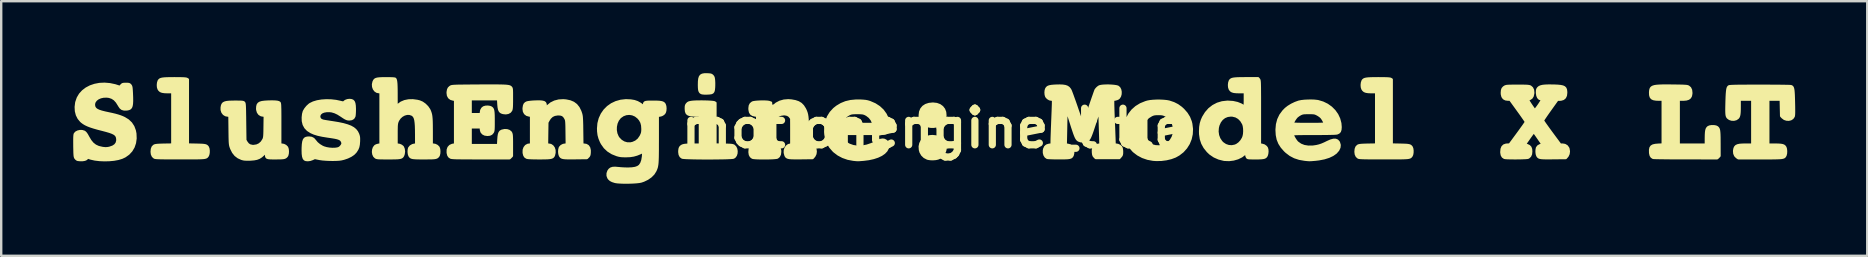
<source format=kicad_pcb>
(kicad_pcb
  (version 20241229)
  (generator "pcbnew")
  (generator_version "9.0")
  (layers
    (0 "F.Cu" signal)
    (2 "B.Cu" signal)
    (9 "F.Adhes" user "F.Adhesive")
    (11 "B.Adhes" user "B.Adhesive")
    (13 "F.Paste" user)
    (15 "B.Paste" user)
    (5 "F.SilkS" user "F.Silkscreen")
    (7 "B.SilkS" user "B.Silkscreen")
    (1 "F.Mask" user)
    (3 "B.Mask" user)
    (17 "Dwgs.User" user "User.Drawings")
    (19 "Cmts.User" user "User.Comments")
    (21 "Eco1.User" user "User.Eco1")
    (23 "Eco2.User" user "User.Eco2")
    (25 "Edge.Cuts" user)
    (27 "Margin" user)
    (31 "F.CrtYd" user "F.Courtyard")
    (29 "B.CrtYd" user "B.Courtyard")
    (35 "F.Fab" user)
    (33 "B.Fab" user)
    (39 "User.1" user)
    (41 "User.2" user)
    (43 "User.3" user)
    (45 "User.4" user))
  (footprint "motionengine_title"
    (layer "F.Cu")
    (at 35.861 2.293)
    (property "Reference" "motionengine_title" (at 0 0 0) (layer "F.SilkS") (effects (font (size 1.524 1.524) (thickness 0.3))))
    (attr through_hole)
    (fp_poly (pts (xy 0.475 -0.536) (xy 0.465 -0.445) (xy 0.423 -0.32) (xy 0.349 -0.216) (xy 0.243 -0.134) (xy 0.232 -0.127) (xy 0.116 -0.083) (xy -0.016 -0.062) (xy -0.15 -0.065) (xy -0.271 -0.093) (xy -0.282 -0.097) (xy -0.403 -0.165) (xy -0.497 -0.258) (xy -0.559 -0.372) (xy -0.588 -0.503) (xy -0.59 -0.545) (xy -0.573 -0.683) (xy -0.525 -0.8) (xy -0.446 -0.895) (xy -0.339 -0.965) (xy -0.207 -1.008) (xy -0.051 -1.024) (xy -0.036 -1.024) (xy 0.114 -1.007) (xy 0.241 -0.96) (xy 0.343 -0.886) (xy 0.418 -0.789) (xy 0.463 -0.671) (xy 0.475 -0.536)) (stroke (width 0.1) (type solid)) (fill yes) (layer "F.SilkS"))
    (fp_poly (pts (xy 0.486 0.822) (xy 0.474 0.896) (xy 0.457 0.959) (xy 0.406 1.067) (xy 0.325 1.162) (xy 0.223 1.233) (xy 0.165 1.258) (xy 0.076 1.278) (xy -0.032 1.287) (xy -0.142 1.285) (xy -0.238 1.271) (xy -0.277 1.26) (xy -0.398 1.197) (xy -0.492 1.106) (xy -0.557 0.991) (xy -0.582 0.901) (xy -0.591 0.759) (xy -0.565 0.633) (xy -0.508 0.524) (xy -0.422 0.436) (xy -0.309 0.373) (xy -0.173 0.336) (xy -0.058 0.328) (xy 0.089 0.344) (xy 0.219 0.388) (xy 0.328 0.456) (xy 0.41 0.547) (xy 0.462 0.657) (xy 0.467 0.673) (xy 0.483 0.754) (xy 0.486 0.822)) (stroke (width 0.1) (type solid)) (fill yes) (layer "F.SilkS"))
    (fp_poly (pts (xy -9.16 -1.884) (xy -9.161 -1.771) (xy -9.165 -1.689) (xy -9.175 -1.596) (xy -9.193 -1.532) (xy -9.226 -1.49) (xy -9.278 -1.466) (xy -9.358 -1.455) (xy -9.452 -1.45) (xy -9.57 -1.45) (xy -9.651 -1.458) (xy -9.691 -1.47) (xy -9.731 -1.498) (xy -9.758 -1.538) (xy -9.776 -1.596) (xy -9.785 -1.679) (xy -9.788 -1.793) (xy -9.788 -1.805) (xy -9.785 -1.95) (xy -9.773 -2.06) (xy -9.748 -2.14) (xy -9.708 -2.194) (xy -9.649 -2.227) (xy -9.567 -2.242) (xy -9.461 -2.243) (xy -9.452 -2.243) (xy -9.368 -2.239) (xy -9.312 -2.232) (xy -9.275 -2.22) (xy -9.246 -2.2) (xy -9.229 -2.185) (xy -9.201 -2.151) (xy -9.183 -2.111) (xy -9.172 -2.053) (xy -9.165 -1.985) (xy -9.16 -1.884)) (stroke (width 0.1) (type solid)) (fill yes) (layer "F.SilkS"))
    (fp_poly (pts (xy -8.226 0.954) (xy -8.231 1.044) (xy -8.257 1.126) (xy -8.303 1.19) (xy -8.351 1.222) (xy -8.388 1.229) (xy -8.459 1.235) (xy -8.56 1.24) (xy -8.685 1.245) (xy -8.831 1.248) (xy -8.993 1.25) (xy -9.167 1.252) (xy -9.346 1.253) (xy -9.528 1.253) (xy -9.706 1.252) (xy -9.878 1.25) (xy -10.037 1.247) (xy -10.18 1.243) (xy -10.301 1.239) (xy -10.396 1.233) (xy -10.461 1.227) (xy -10.488 1.221) (xy -10.552 1.173) (xy -10.592 1.095) (xy -10.607 0.99) (xy -10.605 0.933) (xy -10.595 0.857) (xy -10.576 0.805) (xy -10.548 0.77) (xy -10.512 0.74) (xy -10.467 0.718) (xy -10.407 0.702) (xy -10.326 0.692) (xy -10.22 0.687) (xy -10.081 0.684) (xy -10.048 0.684) (xy -9.75 0.684) (xy -9.75 0.081) (xy -9.75 -0.523) (xy -9.96 -0.531) (xy -10.092 -0.541) (xy -10.189 -0.559) (xy -10.258 -0.589) (xy -10.302 -0.636) (xy -10.326 -0.702) (xy -10.335 -0.792) (xy -10.336 -0.831) (xy -10.334 -0.904) (xy -10.324 -0.953) (xy -10.303 -0.991) (xy -10.282 -1.017) (xy -10.248 -1.05) (xy -10.208 -1.071) (xy -10.152 -1.086) (xy -10.084 -1.097) (xy -10.008 -1.104) (xy -9.909 -1.109) (xy -9.795 -1.111) (xy -9.672 -1.112) (xy -9.547 -1.11) (xy -9.428 -1.107) (xy -9.321 -1.101) (xy -9.233 -1.094) (xy -9.173 -1.086) (xy -9.149 -1.079) (xy -9.105 -1.054) (xy -9.105 -0.187) (xy -9.105 0.68) (xy -8.747 0.687) (xy -8.617 0.69) (xy -8.519 0.693) (xy -8.449 0.698) (xy -8.399 0.705) (xy -8.365 0.715) (xy -8.339 0.727) (xy -8.336 0.729) (xy -8.278 0.787) (xy -8.241 0.865) (xy -8.226 0.954)) (stroke (width 0.1) (type solid)) (fill yes) (layer "F.SilkS"))
    (fp_poly (pts (xy -30.22 0.933) (xy -30.222 1.021) (xy -30.237 1.099) (xy -30.26 1.15) (xy -30.276 1.171) (xy -30.292 1.19) (xy -30.312 1.205) (xy -30.338 1.217) (xy -30.374 1.227) (xy -30.423 1.235) (xy -30.489 1.24) (xy -30.573 1.244) (xy -30.681 1.247) (xy -30.815 1.249) (xy -30.978 1.249) (xy -31.173 1.249) (xy -31.405 1.249) (xy -31.408 1.249) (xy -31.639 1.249) (xy -31.833 1.249) (xy -31.995 1.248) (xy -32.127 1.246) (xy -32.233 1.244) (xy -32.315 1.241) (xy -32.377 1.238) (xy -32.422 1.234) (xy -32.453 1.229) (xy -32.473 1.222) (xy -32.478 1.22) (xy -32.54 1.164) (xy -32.578 1.081) (xy -32.59 0.981) (xy -32.58 0.869) (xy -32.549 0.787) (xy -32.496 0.733) (xy -32.485 0.727) (xy -32.455 0.714) (xy -32.414 0.705) (xy -32.356 0.698) (xy -32.275 0.693) (xy -32.165 0.689) (xy -32.077 0.687) (xy -31.73 0.681) (xy -31.73 -0.412) (xy -31.73 -1.504) (xy -31.931 -1.504) (xy -32.057 -1.509) (xy -32.151 -1.523) (xy -32.22 -1.549) (xy -32.27 -1.591) (xy -32.303 -1.641) (xy -32.325 -1.713) (xy -32.331 -1.802) (xy -32.322 -1.892) (xy -32.299 -1.966) (xy -32.29 -1.982) (xy -32.267 -2.011) (xy -32.237 -2.034) (xy -32.195 -2.051) (xy -32.136 -2.063) (xy -32.058 -2.072) (xy -31.953 -2.077) (xy -31.819 -2.08) (xy -31.651 -2.081) (xy -31.643 -2.081) (xy -31.479 -2.08) (xy -31.352 -2.078) (xy -31.256 -2.075) (xy -31.189 -2.069) (xy -31.147 -2.062) (xy -31.13 -2.056) (xy -31.086 -2.031) (xy -31.086 -0.675) (xy -31.086 0.68) (xy -30.729 0.687) (xy -30.59 0.691) (xy -30.485 0.695) (xy -30.407 0.703) (xy -30.351 0.714) (xy -30.311 0.731) (xy -30.282 0.754) (xy -30.257 0.785) (xy -30.253 0.792) (xy -30.23 0.852) (xy -30.22 0.933)) (stroke (width 0.1) (type solid)) (fill yes) (layer "F.SilkS"))
    (fp_poly (pts (xy 19.935 0.933) (xy 19.933 1.021) (xy 19.919 1.099) (xy 19.896 1.15) (xy 19.879 1.171) (xy 19.863 1.19) (xy 19.843 1.205) (xy 19.817 1.217) (xy 19.781 1.227) (xy 19.732 1.235) (xy 19.667 1.24) (xy 19.582 1.244) (xy 19.474 1.247) (xy 19.34 1.249) (xy 19.177 1.249) (xy 18.982 1.249) (xy 18.751 1.249) (xy 18.747 1.249) (xy 18.517 1.249) (xy 18.322 1.249) (xy 18.16 1.248) (xy 18.028 1.246) (xy 17.923 1.244) (xy 17.84 1.241) (xy 17.778 1.238) (xy 17.734 1.234) (xy 17.703 1.229) (xy 17.683 1.222) (xy 17.678 1.22) (xy 17.615 1.164) (xy 17.577 1.081) (xy 17.565 0.981) (xy 17.575 0.869) (xy 17.606 0.787) (xy 17.659 0.733) (xy 17.67 0.727) (xy 17.7 0.714) (xy 17.741 0.705) (xy 17.799 0.698) (xy 17.88 0.693) (xy 17.991 0.689) (xy 18.078 0.687) (xy 18.425 0.681) (xy 18.425 -0.412) (xy 18.425 -1.504) (xy 18.224 -1.504) (xy 18.098 -1.509) (xy 18.004 -1.523) (xy 17.935 -1.549) (xy 17.886 -1.591) (xy 17.852 -1.641) (xy 17.83 -1.713) (xy 17.824 -1.802) (xy 17.833 -1.892) (xy 17.857 -1.966) (xy 17.865 -1.982) (xy 17.888 -2.011) (xy 17.919 -2.034) (xy 17.961 -2.051) (xy 18.019 -2.063) (xy 18.098 -2.072) (xy 18.202 -2.077) (xy 18.336 -2.08) (xy 18.504 -2.081) (xy 18.513 -2.081) (xy 18.676 -2.08) (xy 18.803 -2.078) (xy 18.899 -2.075) (xy 18.966 -2.069) (xy 19.009 -2.062) (xy 19.026 -2.056) (xy 19.07 -2.031) (xy 19.07 -0.675) (xy 19.07 0.68) (xy 19.426 0.687) (xy 19.565 0.691) (xy 19.671 0.695) (xy 19.748 0.703) (xy 19.804 0.714) (xy 19.844 0.731) (xy 19.873 0.754) (xy 19.898 0.785) (xy 19.902 0.792) (xy 19.925 0.852) (xy 19.935 0.933)) (stroke (width 0.1) (type solid)) (fill yes) (layer "F.SilkS"))
    (fp_poly (pts (xy 10.744 0.032) (xy 10.734 0.244) (xy 10.689 0.447) (xy 10.612 0.637) (xy 10.503 0.81) (xy 10.365 0.964) (xy 10.199 1.093) (xy 10.053 1.175) (xy 10.01 1.191) (xy 10.01 0.071) (xy 10.001 -0.046) (xy 9.958 -0.203) (xy 9.882 -0.339) (xy 9.777 -0.452) (xy 9.644 -0.539) (xy 9.632 -0.545) (xy 9.571 -0.571) (xy 9.513 -0.586) (xy 9.444 -0.593) (xy 9.351 -0.595) (xy 9.349 -0.595) (xy 9.255 -0.593) (xy 9.186 -0.586) (xy 9.127 -0.571) (xy 9.065 -0.545) (xy 9.063 -0.544) (xy 8.927 -0.46) (xy 8.818 -0.349) (xy 8.739 -0.214) (xy 8.697 -0.082) (xy 8.679 0.026) (xy 8.678 0.119) (xy 8.694 0.218) (xy 8.705 0.262) (xy 8.763 0.414) (xy 8.853 0.543) (xy 8.972 0.647) (xy 9.117 0.724) (xy 9.23 0.753) (xy 9.361 0.759) (xy 9.493 0.745) (xy 9.613 0.709) (xy 9.632 0.701) (xy 9.763 0.619) (xy 9.868 0.51) (xy 9.946 0.379) (xy 9.995 0.231) (xy 10.01 0.071) (xy 10.01 1.191) (xy 9.879 1.24) (xy 9.681 1.287) (xy 9.471 1.314) (xy 9.258 1.318) (xy 9.13 1.309) (xy 8.903 1.267) (xy 8.69 1.194) (xy 8.497 1.091) (xy 8.329 0.962) (xy 8.305 0.939) (xy 8.165 0.778) (xy 8.061 0.602) (xy 7.993 0.41) (xy 7.959 0.2) (xy 7.957 0.02) (xy 7.985 -0.201) (xy 8.048 -0.403) (xy 8.143 -0.586) (xy 8.269 -0.746) (xy 8.425 -0.884) (xy 8.61 -0.997) (xy 8.822 -1.083) (xy 8.9 -1.106) (xy 9.001 -1.125) (xy 9.13 -1.138) (xy 9.275 -1.145) (xy 9.426 -1.145) (xy 9.571 -1.138) (xy 9.699 -1.125) (xy 9.799 -1.106) (xy 9.987 -1.043) (xy 10.149 -0.961) (xy 10.297 -0.854) (xy 10.387 -0.772) (xy 10.523 -0.617) (xy 10.624 -0.455) (xy 10.693 -0.28) (xy 10.717 -0.186) (xy 10.744 0.032)) (stroke (width 0.1) (type solid)) (fill yes) (layer "F.SilkS"))
    (fp_poly (pts (xy 32.727 1.155) (xy 32.679 1.203) (xy 32.631 1.25) (xy 31.316 1.249) (xy 31.092 1.249) (xy 30.879 1.248) (xy 30.68 1.247) (xy 30.499 1.245) (xy 30.338 1.243) (xy 30.202 1.241) (xy 30.093 1.239) (xy 30.015 1.236) (xy 29.97 1.233) (xy 29.962 1.232) (xy 29.902 1.193) (xy 29.863 1.133) (xy 29.842 1.044) (xy 29.839 1.005) (xy 29.838 0.896) (xy 29.855 0.816) (xy 29.894 0.758) (xy 29.959 0.72) (xy 30.054 0.698) (xy 30.172 0.688) (xy 30.363 0.679) (xy 30.363 -0.257) (xy 30.363 -1.192) (xy 30.211 -1.192) (xy 30.078 -1.198) (xy 29.978 -1.216) (xy 29.908 -1.251) (xy 29.865 -1.306) (xy 29.843 -1.384) (xy 29.839 -1.488) (xy 29.839 -1.5) (xy 29.844 -1.565) (xy 29.855 -1.62) (xy 29.874 -1.665) (xy 29.906 -1.701) (xy 29.953 -1.728) (xy 30.018 -1.749) (xy 30.106 -1.763) (xy 30.219 -1.771) (xy 30.36 -1.776) (xy 30.533 -1.777) (xy 30.741 -1.775) (xy 30.789 -1.775) (xy 30.958 -1.772) (xy 31.092 -1.77) (xy 31.196 -1.767) (xy 31.275 -1.763) (xy 31.333 -1.759) (xy 31.375 -1.753) (xy 31.406 -1.745) (xy 31.429 -1.735) (xy 31.434 -1.733) (xy 31.501 -1.675) (xy 31.54 -1.59) (xy 31.552 -1.478) (xy 31.551 -1.442) (xy 31.534 -1.348) (xy 31.496 -1.279) (xy 31.434 -1.231) (xy 31.343 -1.203) (xy 31.22 -1.192) (xy 31.184 -1.192) (xy 31.027 -1.192) (xy 31.027 -0.254) (xy 31.027 0.684) (xy 31.594 0.684) (xy 32.16 0.684) (xy 32.161 0.405) (xy 32.164 0.267) (xy 32.171 0.161) (xy 32.183 0.083) (xy 32.202 0.025) (xy 32.23 -0.017) (xy 32.261 -0.045) (xy 32.322 -0.071) (xy 32.405 -0.084) (xy 32.494 -0.083) (xy 32.575 -0.069) (xy 32.626 -0.045) (xy 32.654 -0.021) (xy 32.676 0.007) (xy 32.693 0.044) (xy 32.706 0.094) (xy 32.714 0.163) (xy 32.72 0.254) (xy 32.724 0.372) (xy 32.725 0.521) (xy 32.726 0.641) (xy 32.727 1.155)) (stroke (width 0.1) (type solid)) (fill yes) (layer "F.SilkS"))
    (fp_poly (pts (xy -1.862 -0.027) (xy -1.871 0.058) (xy -1.875 0.076) (xy -1.896 0.133) (xy -1.929 0.169) (xy -1.979 0.196) (xy -2.001 0.205) (xy -2.025 0.212) (xy -2.056 0.218) (xy -2.096 0.223) (xy -2.151 0.227) (xy -2.223 0.229) (xy -2.316 0.231) (xy -2.434 0.233) (xy -2.523 0.233) (xy -2.523 -0.176) (xy -2.539 -0.231) (xy -2.594 -0.355) (xy -2.681 -0.465) (xy -2.795 -0.554) (xy -2.862 -0.59) (xy -2.911 -0.61) (xy -2.959 -0.623) (xy -3.018 -0.63) (xy -3.096 -0.634) (xy -3.195 -0.635) (xy -3.3 -0.634) (xy -3.376 -0.63) (xy -3.433 -0.623) (xy -3.481 -0.609) (xy -3.531 -0.589) (xy -3.532 -0.588) (xy -3.629 -0.529) (xy -3.72 -0.446) (xy -3.794 -0.35) (xy -3.836 -0.264) (xy -3.866 -0.176) (xy -3.195 -0.176) (xy -2.523 -0.176) (xy -2.523 0.233) (xy -2.58 0.233) (xy -2.758 0.234) (xy -2.966 0.234) (xy -3.871 0.234) (xy -3.858 0.278) (xy -3.825 0.36) (xy -3.776 0.452) (xy -3.723 0.535) (xy -3.694 0.572) (xy -3.643 0.618) (xy -3.575 0.665) (xy -3.53 0.689) (xy -3.368 0.747) (xy -3.189 0.773) (xy -2.998 0.767) (xy -2.798 0.73) (xy -2.594 0.662) (xy -2.413 0.576) (xy -2.3 0.519) (xy -2.209 0.486) (xy -2.134 0.476) (xy -2.067 0.486) (xy -2.064 0.488) (xy -1.985 0.532) (xy -1.935 0.603) (xy -1.913 0.699) (xy -1.912 0.722) (xy -1.93 0.832) (xy -1.984 0.934) (xy -2.072 1.026) (xy -2.192 1.109) (xy -2.341 1.18) (xy -2.517 1.238) (xy -2.717 1.282) (xy -2.931 1.309) (xy -3.033 1.317) (xy -3.107 1.323) (xy -3.165 1.325) (xy -3.217 1.323) (xy -3.275 1.318) (xy -3.35 1.31) (xy -3.367 1.308) (xy -3.588 1.266) (xy -3.797 1.193) (xy -3.986 1.093) (xy -4.151 0.968) (xy -4.183 0.938) (xy -4.316 0.786) (xy -4.415 0.628) (xy -4.482 0.455) (xy -4.519 0.261) (xy -4.528 0.154) (xy -4.522 -0.074) (xy -4.483 -0.285) (xy -4.409 -0.477) (xy -4.302 -0.65) (xy -4.161 -0.803) (xy -4.039 -0.9) (xy -3.864 -1.004) (xy -3.678 -1.08) (xy -3.474 -1.128) (xy -3.248 -1.149) (xy -3.064 -1.149) (xy -2.946 -1.142) (xy -2.853 -1.133) (xy -2.773 -1.118) (xy -2.694 -1.095) (xy -2.667 -1.086) (xy -2.461 -0.997) (xy -2.283 -0.882) (xy -2.134 -0.743) (xy -2.016 -0.58) (xy -1.929 -0.395) (xy -1.876 -0.189) (xy -1.865 -0.116) (xy -1.862 -0.027)) (stroke (width 0.1) (type solid)) (fill yes) (layer "F.SilkS"))
    (fp_poly (pts (xy 35.832 -0.77) (xy 35.832 -0.666) (xy 35.83 -0.589) (xy 35.825 -0.535) (xy 35.818 -0.5) (xy 35.815 -0.491) (xy 35.767 -0.422) (xy 35.697 -0.377) (xy 35.612 -0.357) (xy 35.52 -0.362) (xy 35.432 -0.392) (xy 35.355 -0.45) (xy 35.354 -0.451) (xy 35.297 -0.51) (xy 35.289 -0.851) (xy 35.282 -1.192) (xy 35.02 -1.192) (xy 34.759 -1.192) (xy 34.759 -0.254) (xy 34.759 0.684) (xy 35.033 0.684) (xy 35.17 0.686) (xy 35.274 0.693) (xy 35.351 0.706) (xy 35.405 0.727) (xy 35.443 0.758) (xy 35.471 0.799) (xy 35.492 0.867) (xy 35.5 0.955) (xy 35.496 1.045) (xy 35.478 1.12) (xy 35.472 1.134) (xy 35.458 1.16) (xy 35.443 1.182) (xy 35.424 1.2) (xy 35.398 1.214) (xy 35.36 1.226) (xy 35.308 1.235) (xy 35.239 1.241) (xy 35.149 1.245) (xy 35.034 1.248) (xy 34.892 1.25) (xy 34.718 1.25) (xy 34.511 1.25) (xy 34.421 1.25) (xy 33.514 1.25) (xy 33.448 1.206) (xy 33.384 1.14) (xy 33.347 1.051) (xy 33.338 0.946) (xy 33.341 0.92) (xy 33.356 0.842) (xy 33.383 0.784) (xy 33.424 0.741) (xy 33.487 0.712) (xy 33.574 0.694) (xy 33.691 0.686) (xy 33.82 0.684) (xy 34.095 0.684) (xy 34.095 -0.254) (xy 34.095 -1.192) (xy 33.831 -1.192) (xy 33.567 -1.192) (xy 33.567 -0.931) (xy 33.566 -0.786) (xy 33.562 -0.674) (xy 33.554 -0.589) (xy 33.542 -0.527) (xy 33.525 -0.48) (xy 33.501 -0.443) (xy 33.49 -0.431) (xy 33.418 -0.381) (xy 33.33 -0.358) (xy 33.235 -0.361) (xy 33.146 -0.39) (xy 33.077 -0.441) (xy 33.057 -0.467) (xy 33.041 -0.499) (xy 33.029 -0.542) (xy 33.022 -0.6) (xy 33.018 -0.678) (xy 33.017 -0.78) (xy 33.019 -0.911) (xy 33.023 -1.076) (xy 33.024 -1.123) (xy 33.03 -1.293) (xy 33.037 -1.428) (xy 33.046 -1.533) (xy 33.056 -1.611) (xy 33.069 -1.668) (xy 33.086 -1.706) (xy 33.107 -1.732) (xy 33.123 -1.743) (xy 33.141 -1.749) (xy 33.175 -1.753) (xy 33.229 -1.757) (xy 33.304 -1.76) (xy 33.403 -1.763) (xy 33.529 -1.765) (xy 33.684 -1.766) (xy 33.87 -1.767) (xy 34.09 -1.768) (xy 34.346 -1.768) (xy 34.407 -1.768) (xy 34.625 -1.768) (xy 34.833 -1.767) (xy 35.027 -1.766) (xy 35.203 -1.765) (xy 35.358 -1.763) (xy 35.489 -1.761) (xy 35.592 -1.759) (xy 35.663 -1.756) (xy 35.7 -1.753) (xy 35.703 -1.753) (xy 35.733 -1.741) (xy 35.757 -1.723) (xy 35.776 -1.693) (xy 35.791 -1.648) (xy 35.803 -1.584) (xy 35.811 -1.497) (xy 35.818 -1.382) (xy 35.823 -1.236) (xy 35.827 -1.076) (xy 35.831 -0.906) (xy 35.832 -0.77)) (stroke (width 0.1) (type solid)) (fill yes) (layer "F.SilkS"))
    (fp_poly (pts (xy -14.345 1) (xy -14.351 1.076) (xy -14.363 1.126) (xy -14.384 1.164) (xy -14.406 1.187) (xy -14.459 1.241) (xy -14.946 1.247) (xy -15.112 1.248) (xy -15.243 1.248) (xy -15.345 1.245) (xy -15.421 1.238) (xy -15.477 1.227) (xy -15.516 1.211) (xy -15.545 1.189) (xy -15.567 1.161) (xy -15.582 1.134) (xy -15.603 1.065) (xy -15.611 0.978) (xy -15.605 0.889) (xy -15.586 0.816) (xy -15.578 0.8) (xy -15.522 0.739) (xy -15.443 0.698) (xy -15.358 0.684) (xy -15.296 0.684) (xy -15.302 0.18) (xy -15.304 0.027) (xy -15.306 -0.093) (xy -15.309 -0.185) (xy -15.313 -0.253) (xy -15.318 -0.303) (xy -15.325 -0.341) (xy -15.335 -0.372) (xy -15.348 -0.4) (xy -15.357 -0.418) (xy -15.41 -0.499) (xy -15.474 -0.551) (xy -15.556 -0.577) (xy -15.666 -0.583) (xy -15.68 -0.582) (xy -15.808 -0.561) (xy -15.913 -0.511) (xy -16 -0.428) (xy -16.052 -0.349) (xy -16.109 -0.244) (xy -16.116 0.22) (xy -16.122 0.684) (xy -16.057 0.684) (xy -15.967 0.701) (xy -15.895 0.749) (xy -15.842 0.822) (xy -15.813 0.913) (xy -15.811 1.017) (xy -15.832 1.114) (xy -15.848 1.153) (xy -15.87 1.184) (xy -15.901 1.208) (xy -15.946 1.225) (xy -16.01 1.237) (xy -16.097 1.245) (xy -16.212 1.248) (xy -16.359 1.25) (xy -16.451 1.25) (xy -16.614 1.249) (xy -16.741 1.246) (xy -16.837 1.242) (xy -16.906 1.237) (xy -16.951 1.229) (xy -16.969 1.223) (xy -17.028 1.184) (xy -17.065 1.124) (xy -17.087 1.037) (xy -17.09 1.009) (xy -17.087 0.9) (xy -17.054 0.809) (xy -16.998 0.738) (xy -16.92 0.695) (xy -16.847 0.684) (xy -16.784 0.684) (xy -16.784 0.081) (xy -16.784 -0.522) (xy -16.862 -0.533) (xy -16.962 -0.562) (xy -17.035 -0.619) (xy -17.079 -0.701) (xy -17.093 -0.807) (xy -17.09 -0.853) (xy -17.075 -0.944) (xy -17.048 -1.006) (xy -17.005 -1.047) (xy -16.963 -1.069) (xy -16.91 -1.083) (xy -16.829 -1.094) (xy -16.728 -1.104) (xy -16.618 -1.11) (xy -16.509 -1.113) (xy -16.411 -1.112) (xy -16.334 -1.106) (xy -16.328 -1.105) (xy -16.25 -1.087) (xy -16.204 -1.054) (xy -16.182 -1) (xy -16.178 -0.932) (xy -16.178 -0.832) (xy -16.085 -0.927) (xy -15.955 -1.032) (xy -15.803 -1.107) (xy -15.632 -1.151) (xy -15.446 -1.162) (xy -15.332 -1.153) (xy -15.163 -1.118) (xy -15.021 -1.058) (xy -14.905 -0.971) (xy -14.811 -0.854) (xy -14.737 -0.705) (xy -14.7 -0.596) (xy -14.69 -0.554) (xy -14.681 -0.505) (xy -14.675 -0.443) (xy -14.67 -0.363) (xy -14.666 -0.261) (xy -14.662 -0.131) (xy -14.66 0.031) (xy -14.659 0.103) (xy -14.651 0.684) (xy -14.593 0.684) (xy -14.492 0.698) (xy -14.417 0.742) (xy -14.368 0.815) (xy -14.345 0.916) (xy -14.345 1)) (stroke (width 0.1) (type solid)) (fill yes) (layer "F.SilkS"))
    (fp_poly (pts (xy -4.928 0.971) (xy -4.941 1.067) (xy -4.982 1.153) (xy -5.002 1.178) (xy -5.057 1.241) (xy -5.536 1.247) (xy -5.705 1.248) (xy -5.84 1.247) (xy -5.945 1.244) (xy -6.024 1.237) (xy -6.081 1.225) (xy -6.122 1.207) (xy -6.151 1.184) (xy -6.172 1.153) (xy -6.185 1.125) (xy -6.212 1.021) (xy -6.21 0.921) (xy -6.181 0.831) (xy -6.13 0.757) (xy -6.06 0.705) (xy -5.974 0.684) (xy -5.963 0.684) (xy -5.898 0.684) (xy -5.904 0.171) (xy -5.906 0.016) (xy -5.908 -0.105) (xy -5.911 -0.197) (xy -5.914 -0.266) (xy -5.919 -0.317) (xy -5.926 -0.354) (xy -5.936 -0.383) (xy -5.948 -0.409) (xy -5.959 -0.43) (xy -6.021 -0.511) (xy -6.102 -0.562) (xy -6.206 -0.584) (xy -6.252 -0.586) (xy -6.382 -0.568) (xy -6.495 -0.516) (xy -6.587 -0.432) (xy -6.628 -0.381) (xy -6.66 -0.329) (xy -6.683 -0.27) (xy -6.7 -0.199) (xy -6.711 -0.111) (xy -6.718 0.001) (xy -6.721 0.142) (xy -6.721 0.266) (xy -6.721 0.684) (xy -6.661 0.684) (xy -6.564 0.7) (xy -6.488 0.748) (xy -6.436 0.825) (xy -6.411 0.928) (xy -6.409 0.976) (xy -6.422 1.086) (xy -6.462 1.168) (xy -6.525 1.221) (xy -6.564 1.23) (xy -6.635 1.238) (xy -6.73 1.245) (xy -6.844 1.249) (xy -6.968 1.252) (xy -7.097 1.252) (xy -7.223 1.251) (xy -7.339 1.248) (xy -7.437 1.243) (xy -7.512 1.236) (xy -7.556 1.227) (xy -7.56 1.226) (xy -7.627 1.174) (xy -7.667 1.101) (xy -7.682 1.001) (xy -7.682 0.984) (xy -7.673 0.87) (xy -7.645 0.788) (xy -7.593 0.732) (xy -7.515 0.699) (xy -7.454 0.689) (xy -7.366 0.679) (xy -7.366 0.078) (xy -7.366 -0.522) (xy -7.454 -0.534) (xy -7.551 -0.559) (xy -7.62 -0.605) (xy -7.662 -0.676) (xy -7.681 -0.775) (xy -7.683 -0.834) (xy -7.67 -0.936) (xy -7.631 -1.012) (xy -7.564 -1.066) (xy -7.553 -1.072) (xy -7.505 -1.085) (xy -7.427 -1.096) (xy -7.33 -1.104) (xy -7.222 -1.109) (xy -7.112 -1.111) (xy -7.011 -1.108) (xy -6.927 -1.102) (xy -6.87 -1.092) (xy -6.868 -1.091) (xy -6.79 -1.065) (xy -6.784 -0.945) (xy -6.778 -0.824) (xy -6.688 -0.92) (xy -6.564 -1.025) (xy -6.417 -1.101) (xy -6.251 -1.148) (xy -6.071 -1.163) (xy -5.944 -1.154) (xy -5.781 -1.125) (xy -5.65 -1.08) (xy -5.543 -1.015) (xy -5.456 -0.926) (xy -5.382 -0.81) (xy -5.365 -0.777) (xy -5.335 -0.71) (xy -5.311 -0.643) (xy -5.292 -0.57) (xy -5.278 -0.485) (xy -5.268 -0.384) (xy -5.262 -0.261) (xy -5.258 -0.111) (xy -5.256 0.071) (xy -5.256 0.142) (xy -5.256 0.684) (xy -5.181 0.684) (xy -5.097 0.7) (xy -5.039 0.728) (xy -4.977 0.792) (xy -4.94 0.876) (xy -4.928 0.971)) (stroke (width 0.1) (type solid)) (fill yes) (layer "F.SilkS"))
    (fp_poly (pts (xy -26.921 0.958) (xy -26.925 1.044) (xy -26.942 1.118) (xy -26.959 1.152) (xy -26.987 1.185) (xy -27.018 1.21) (xy -27.058 1.228) (xy -27.114 1.24) (xy -27.19 1.246) (xy -27.294 1.249) (xy -27.426 1.25) (xy -27.56 1.25) (xy -27.659 1.247) (xy -27.73 1.24) (xy -27.777 1.227) (xy -27.804 1.205) (xy -27.818 1.172) (xy -27.822 1.127) (xy -27.823 1.087) (xy -27.823 0.985) (xy -27.936 1.095) (xy -28.026 1.173) (xy -28.115 1.23) (xy -28.214 1.268) (xy -28.33 1.29) (xy -28.474 1.302) (xy -28.507 1.303) (xy -28.619 1.304) (xy -28.704 1.301) (xy -28.771 1.292) (xy -28.833 1.275) (xy -28.841 1.273) (xy -28.983 1.209) (xy -29.101 1.119) (xy -29.197 0.999) (xy -29.274 0.846) (xy -29.291 0.799) (xy -29.304 0.762) (xy -29.314 0.725) (xy -29.322 0.684) (xy -29.328 0.634) (xy -29.333 0.57) (xy -29.336 0.486) (xy -29.339 0.378) (xy -29.341 0.241) (xy -29.343 0.073) (xy -29.35 -0.528) (xy -29.408 -0.528) (xy -29.506 -0.545) (xy -29.585 -0.593) (xy -29.642 -0.668) (xy -29.672 -0.763) (xy -29.673 -0.862) (xy -29.66 -0.935) (xy -29.639 -0.991) (xy -29.606 -1.034) (xy -29.554 -1.064) (xy -29.481 -1.085) (xy -29.382 -1.097) (xy -29.252 -1.102) (xy -29.118 -1.104) (xy -28.994 -1.103) (xy -28.903 -1.102) (xy -28.839 -1.099) (xy -28.796 -1.093) (xy -28.768 -1.084) (xy -28.75 -1.073) (xy -28.747 -1.069) (xy -28.738 -1.058) (xy -28.73 -1.04) (xy -28.724 -1.013) (xy -28.719 -0.973) (xy -28.715 -0.916) (xy -28.712 -0.837) (xy -28.709 -0.735) (xy -28.707 -0.603) (xy -28.704 -0.44) (xy -28.702 -0.268) (xy -28.692 0.498) (xy -28.639 0.588) (xy -28.575 0.67) (xy -28.495 0.719) (xy -28.392 0.741) (xy -28.347 0.742) (xy -28.216 0.723) (xy -28.101 0.67) (xy -28.005 0.584) (xy -27.932 0.469) (xy -27.919 0.438) (xy -27.909 0.404) (xy -27.901 0.362) (xy -27.895 0.307) (xy -27.891 0.232) (xy -27.888 0.132) (xy -27.886 0.002) (xy -27.885 -0.073) (xy -27.879 -0.528) (xy -27.93 -0.528) (xy -28.028 -0.545) (xy -28.107 -0.593) (xy -28.162 -0.67) (xy -28.191 -0.77) (xy -28.194 -0.821) (xy -28.188 -0.909) (xy -28.17 -0.977) (xy -28.134 -1.027) (xy -28.076 -1.063) (xy -27.992 -1.087) (xy -27.877 -1.101) (xy -27.748 -1.109) (xy -27.587 -1.113) (xy -27.461 -1.11) (xy -27.368 -1.101) (xy -27.304 -1.085) (xy -27.266 -1.062) (xy -27.259 -1.051) (xy -27.253 -1.03) (xy -27.248 -0.996) (xy -27.244 -0.946) (xy -27.242 -0.876) (xy -27.239 -0.783) (xy -27.238 -0.664) (xy -27.237 -0.514) (xy -27.237 -0.332) (xy -27.237 -0.174) (xy -27.237 0.684) (xy -27.176 0.684) (xy -27.093 0.698) (xy -27.016 0.736) (xy -26.96 0.791) (xy -26.951 0.806) (xy -26.929 0.873) (xy -26.921 0.958)) (stroke (width 0.1) (type solid)) (fill yes) (layer "F.SilkS"))
    (fp_poly (pts (xy 13.891 0.971) (xy 13.882 1.058) (xy 13.864 1.123) (xy 13.842 1.166) (xy 13.813 1.198) (xy 13.773 1.221) (xy 13.714 1.236) (xy 13.633 1.245) (xy 13.522 1.25) (xy 13.396 1.25) (xy 13.276 1.25) (xy 13.19 1.249) (xy 13.131 1.246) (xy 13.092 1.241) (xy 13.068 1.232) (xy 13.053 1.22) (xy 13.043 1.207) (xy 13.023 1.159) (xy 13.013 1.096) (xy 13.013 1.086) (xy 13.013 1.008) (xy 12.949 1.068) (xy 12.932 1.081) (xy 12.932 0.126) (xy 12.928 0.005) (xy 12.911 -0.105) (xy 12.885 -0.186) (xy 12.803 -0.322) (xy 12.701 -0.426) (xy 12.581 -0.496) (xy 12.443 -0.531) (xy 12.368 -0.535) (xy 12.228 -0.517) (xy 12.103 -0.465) (xy 11.996 -0.381) (xy 11.91 -0.268) (xy 11.848 -0.129) (xy 11.821 -0.02) (xy 11.81 0.139) (xy 11.832 0.295) (xy 11.886 0.438) (xy 11.97 0.564) (xy 12.028 0.623) (xy 12.145 0.702) (xy 12.275 0.746) (xy 12.411 0.756) (xy 12.545 0.729) (xy 12.617 0.698) (xy 12.716 0.628) (xy 12.805 0.531) (xy 12.874 0.418) (xy 12.903 0.344) (xy 12.924 0.244) (xy 12.932 0.126) (xy 12.932 1.081) (xy 12.816 1.169) (xy 12.658 1.247) (xy 12.482 1.298) (xy 12.298 1.321) (xy 12.112 1.314) (xy 12.075 1.309) (xy 11.869 1.257) (xy 11.679 1.173) (xy 11.51 1.058) (xy 11.405 0.958) (xy 11.276 0.797) (xy 11.183 0.628) (xy 11.123 0.446) (xy 11.093 0.244) (xy 11.09 0.127) (xy 11.098 -0.048) (xy 11.123 -0.201) (xy 11.167 -0.342) (xy 11.219 -0.458) (xy 11.332 -0.642) (xy 11.47 -0.799) (xy 11.63 -0.924) (xy 11.81 -1.018) (xy 12.006 -1.077) (xy 12.216 -1.101) (xy 12.251 -1.101) (xy 12.454 -1.088) (xy 12.637 -1.048) (xy 12.796 -0.985) (xy 12.879 -0.935) (xy 12.918 -0.91) (xy 12.942 -0.899) (xy 12.942 -0.899) (xy 12.946 -0.917) (xy 12.95 -0.968) (xy 12.952 -1.045) (xy 12.954 -1.141) (xy 12.954 -1.202) (xy 12.954 -1.504) (xy 12.724 -1.504) (xy 12.595 -1.508) (xy 12.497 -1.518) (xy 12.426 -1.539) (xy 12.374 -1.571) (xy 12.336 -1.618) (xy 12.323 -1.641) (xy 12.301 -1.713) (xy 12.295 -1.802) (xy 12.304 -1.892) (xy 12.327 -1.966) (xy 12.336 -1.982) (xy 12.358 -2.01) (xy 12.387 -2.032) (xy 12.427 -2.05) (xy 12.483 -2.062) (xy 12.559 -2.071) (xy 12.658 -2.077) (xy 12.787 -2.08) (xy 12.949 -2.081) (xy 13.009 -2.081) (xy 13.505 -2.081) (xy 13.542 -2.035) (xy 13.549 -2.024) (xy 13.555 -2.011) (xy 13.561 -1.992) (xy 13.565 -1.964) (xy 13.569 -1.925) (xy 13.572 -1.871) (xy 13.574 -1.8) (xy 13.576 -1.709) (xy 13.577 -1.596) (xy 13.578 -1.456) (xy 13.579 -1.289) (xy 13.579 -1.089) (xy 13.579 -0.856) (xy 13.579 -0.655) (xy 13.579 0.679) (xy 13.661 0.69) (xy 13.756 0.718) (xy 13.831 0.773) (xy 13.867 0.822) (xy 13.886 0.887) (xy 13.891 0.971)) (stroke (width 0.1) (type solid)) (fill yes) (layer "F.SilkS"))
    (fp_poly (pts (xy 16.94 -0.047) (xy 16.932 0.057) (xy 16.908 0.132) (xy 16.862 0.181) (xy 16.792 0.213) (xy 16.788 0.214) (xy 16.749 0.219) (xy 16.675 0.224) (xy 16.566 0.227) (xy 16.425 0.23) (xy 16.275 0.232) (xy 16.275 -0.2) (xy 16.264 -0.247) (xy 16.235 -0.311) (xy 16.195 -0.38) (xy 16.151 -0.441) (xy 16.143 -0.452) (xy 16.092 -0.498) (xy 16.022 -0.547) (xy 15.969 -0.577) (xy 15.919 -0.602) (xy 15.876 -0.618) (xy 15.83 -0.628) (xy 15.771 -0.633) (xy 15.69 -0.635) (xy 15.611 -0.635) (xy 15.505 -0.634) (xy 15.429 -0.631) (xy 15.373 -0.624) (xy 15.329 -0.612) (xy 15.285 -0.594) (xy 15.271 -0.587) (xy 15.201 -0.546) (xy 15.134 -0.496) (xy 15.11 -0.475) (xy 15.07 -0.426) (xy 15.026 -0.363) (xy 14.987 -0.296) (xy 14.958 -0.237) (xy 14.947 -0.196) (xy 14.947 -0.196) (xy 14.966 -0.19) (xy 15.024 -0.185) (xy 15.12 -0.181) (xy 15.255 -0.178) (xy 15.429 -0.176) (xy 15.611 -0.176) (xy 15.798 -0.176) (xy 15.948 -0.177) (xy 16.066 -0.179) (xy 16.154 -0.182) (xy 16.216 -0.185) (xy 16.254 -0.19) (xy 16.273 -0.196) (xy 16.275 -0.2) (xy 16.275 0.232) (xy 16.255 0.232) (xy 16.058 0.234) (xy 15.837 0.234) (xy 15.831 0.234) (xy 15.617 0.235) (xy 15.439 0.235) (xy 15.294 0.236) (xy 15.178 0.238) (xy 15.09 0.24) (xy 15.026 0.243) (xy 14.983 0.247) (xy 14.958 0.252) (xy 14.948 0.258) (xy 14.947 0.261) (xy 14.958 0.306) (xy 14.988 0.371) (xy 15.03 0.445) (xy 15.078 0.517) (xy 15.125 0.576) (xy 15.146 0.596) (xy 15.273 0.686) (xy 15.424 0.745) (xy 15.595 0.772) (xy 15.786 0.769) (xy 15.825 0.764) (xy 15.944 0.746) (xy 16.051 0.72) (xy 16.158 0.684) (xy 16.277 0.633) (xy 16.393 0.576) (xy 16.529 0.516) (xy 16.642 0.485) (xy 16.733 0.484) (xy 16.804 0.513) (xy 16.857 0.571) (xy 16.871 0.597) (xy 16.9 0.698) (xy 16.89 0.8) (xy 16.842 0.904) (xy 16.837 0.911) (xy 16.743 1.019) (xy 16.613 1.111) (xy 16.451 1.188) (xy 16.258 1.248) (xy 16.036 1.291) (xy 15.884 1.309) (xy 15.782 1.317) (xy 15.709 1.323) (xy 15.651 1.325) (xy 15.599 1.323) (xy 15.539 1.318) (xy 15.462 1.31) (xy 15.445 1.308) (xy 15.222 1.269) (xy 15.024 1.204) (xy 14.847 1.111) (xy 14.684 0.987) (xy 14.622 0.929) (xy 14.491 0.78) (xy 14.393 0.627) (xy 14.326 0.463) (xy 14.289 0.28) (xy 14.277 0.073) (xy 14.277 0.059) (xy 14.296 -0.16) (xy 14.348 -0.36) (xy 14.435 -0.543) (xy 14.558 -0.71) (xy 14.654 -0.808) (xy 14.765 -0.895) (xy 14.901 -0.978) (xy 15.049 -1.049) (xy 15.195 -1.102) (xy 15.211 -1.106) (xy 15.31 -1.126) (xy 15.436 -1.14) (xy 15.577 -1.147) (xy 15.721 -1.149) (xy 15.855 -1.144) (xy 15.969 -1.131) (xy 16.002 -1.126) (xy 16.202 -1.066) (xy 16.385 -0.977) (xy 16.547 -0.861) (xy 16.685 -0.723) (xy 16.797 -0.565) (xy 16.878 -0.392) (xy 16.927 -0.207) (xy 16.94 -0.047)) (stroke (width 0.1) (type solid)) (fill yes) (layer "F.SilkS"))
    (fp_poly (pts (xy -23.956 0.439) (xy -23.957 0.532) (xy -23.958 0.557) (xy -23.968 0.681) (xy -23.988 0.78) (xy -24.023 0.867) (xy -24.078 0.956) (xy -24.105 0.993) (xy -24.185 1.073) (xy -24.296 1.148) (xy -24.432 1.214) (xy -24.585 1.266) (xy -24.687 1.291) (xy -24.779 1.304) (xy -24.901 1.311) (xy -25.041 1.314) (xy -25.189 1.312) (xy -25.336 1.305) (xy -25.472 1.294) (xy -25.587 1.278) (xy -25.613 1.273) (xy -25.798 1.236) (xy -25.897 1.282) (xy -25.99 1.314) (xy -26.084 1.327) (xy -26.166 1.32) (xy -26.215 1.299) (xy -26.252 1.254) (xy -26.278 1.176) (xy -26.293 1.064) (xy -26.297 0.916) (xy -26.295 0.808) (xy -26.287 0.668) (xy -26.271 0.562) (xy -26.246 0.486) (xy -26.209 0.435) (xy -26.156 0.406) (xy -26.085 0.393) (xy -26.033 0.391) (xy -25.933 0.404) (xy -25.853 0.447) (xy -25.786 0.523) (xy -25.784 0.526) (xy -25.708 0.617) (xy -25.605 0.702) (xy -25.49 0.772) (xy -25.424 0.801) (xy -25.313 0.834) (xy -25.19 0.855) (xy -25.063 0.864) (xy -24.944 0.861) (xy -24.843 0.846) (xy -24.778 0.822) (xy -24.728 0.784) (xy -24.681 0.73) (xy -24.648 0.673) (xy -24.638 0.634) (xy -24.656 0.55) (xy -24.708 0.481) (xy -24.754 0.45) (xy -24.801 0.43) (xy -24.861 0.411) (xy -24.939 0.393) (xy -25.041 0.375) (xy -25.172 0.355) (xy -25.263 0.342) (xy -25.484 0.306) (xy -25.67 0.265) (xy -25.825 0.217) (xy -25.952 0.161) (xy -25.953 0.161) (xy -26.088 0.074) (xy -26.188 -0.031) (xy -26.255 -0.155) (xy -26.29 -0.3) (xy -26.294 -0.449) (xy -26.279 -0.59) (xy -26.25 -0.697) (xy -26.246 -0.706) (xy -26.188 -0.804) (xy -26.109 -0.901) (xy -26.02 -0.982) (xy -25.986 -1.006) (xy -25.855 -1.07) (xy -25.694 -1.118) (xy -25.513 -1.148) (xy -25.317 -1.161) (xy -25.114 -1.156) (xy -24.911 -1.133) (xy -24.738 -1.096) (xy -24.665 -1.078) (xy -24.619 -1.071) (xy -24.593 -1.075) (xy -24.576 -1.088) (xy -24.517 -1.135) (xy -24.434 -1.166) (xy -24.354 -1.176) (xy -24.277 -1.169) (xy -24.219 -1.147) (xy -24.178 -1.104) (xy -24.151 -1.037) (xy -24.136 -0.941) (xy -24.13 -0.811) (xy -24.13 -0.775) (xy -24.132 -0.68) (xy -24.137 -0.593) (xy -24.144 -0.525) (xy -24.151 -0.493) (xy -24.193 -0.424) (xy -24.263 -0.384) (xy -24.355 -0.371) (xy -24.411 -0.374) (xy -24.462 -0.387) (xy -24.519 -0.412) (xy -24.588 -0.453) (xy -24.68 -0.515) (xy -24.684 -0.518) (xy -24.832 -0.611) (xy -24.966 -0.674) (xy -25.094 -0.71) (xy -25.166 -0.718) (xy -25.305 -0.718) (xy -25.423 -0.697) (xy -25.515 -0.657) (xy -25.579 -0.599) (xy -25.612 -0.526) (xy -25.615 -0.491) (xy -25.599 -0.412) (xy -25.552 -0.355) (xy -25.471 -0.317) (xy -25.459 -0.314) (xy -25.418 -0.305) (xy -25.345 -0.292) (xy -25.249 -0.277) (xy -25.139 -0.259) (xy -25.044 -0.245) (xy -24.807 -0.206) (xy -24.607 -0.164) (xy -24.44 -0.116) (xy -24.302 -0.063) (xy -24.192 -0.001) (xy -24.106 0.07) (xy -24.041 0.152) (xy -23.994 0.246) (xy -23.992 0.251) (xy -23.972 0.312) (xy -23.96 0.37) (xy -23.956 0.439)) (stroke (width 0.1) (type solid)) (fill yes) (layer "F.SilkS"))
    (fp_poly (pts (xy -11.189 -0.825) (xy -11.196 -0.732) (xy -11.219 -0.656) (xy -11.221 -0.652) (xy -11.271 -0.593) (xy -11.346 -0.549) (xy -11.43 -0.528) (xy -11.448 -0.528) (xy -11.508 -0.528) (xy -11.508 0.454) (xy -11.509 0.691) (xy -11.509 0.893) (xy -11.511 1.062) (xy -11.513 1.204) (xy -11.517 1.32) (xy -11.522 1.417) (xy -11.529 1.495) (xy -11.539 1.56) (xy -11.55 1.616) (xy -11.565 1.664) (xy -11.582 1.71) (xy -11.603 1.757) (xy -11.61 1.773) (xy -11.687 1.896) (xy -11.798 2.008) (xy -11.936 2.105) (xy -12.096 2.182) (xy -12.202 2.218) (xy -12.279 2.233) (xy -12.386 2.245) (xy -12.514 2.254) (xy -12.656 2.26) (xy -12.803 2.262) (xy -12.947 2.261) (xy -13.078 2.256) (xy -13.19 2.248) (xy -13.273 2.235) (xy -13.288 2.232) (xy -13.397 2.197) (xy -13.475 2.156) (xy -13.532 2.105) (xy -13.561 2.065) (xy -13.594 1.976) (xy -13.593 1.879) (xy -13.56 1.785) (xy -13.516 1.724) (xy -13.459 1.681) (xy -13.385 1.657) (xy -13.286 1.651) (xy -13.158 1.662) (xy -13.155 1.662) (xy -13.061 1.671) (xy -12.946 1.679) (xy -12.825 1.683) (xy -12.749 1.685) (xy -12.579 1.677) (xy -12.443 1.656) (xy -12.338 1.618) (xy -12.262 1.565) (xy -12.255 1.558) (xy -12.191 1.464) (xy -12.146 1.338) (xy -12.121 1.186) (xy -12.118 1.149) (xy -12.108 0.976) (xy -12.143 0.993) (xy -12.143 0.03) (xy -12.153 -0.12) (xy -12.186 -0.245) (xy -12.246 -0.354) (xy -12.319 -0.441) (xy -12.432 -0.53) (xy -12.559 -0.585) (xy -12.692 -0.606) (xy -12.825 -0.593) (xy -12.954 -0.546) (xy -13.07 -0.465) (xy -13.089 -0.447) (xy -13.172 -0.338) (xy -13.229 -0.209) (xy -13.259 -0.066) (xy -13.262 0.08) (xy -13.237 0.223) (xy -13.183 0.353) (xy -13.143 0.414) (xy -13.039 0.521) (xy -12.919 0.595) (xy -12.787 0.634) (xy -12.646 0.636) (xy -12.55 0.616) (xy -12.418 0.557) (xy -12.308 0.467) (xy -12.222 0.345) (xy -12.208 0.318) (xy -12.174 0.244) (xy -12.155 0.183) (xy -12.146 0.116) (xy -12.143 0.03) (xy -12.143 0.993) (xy -12.233 1.035) (xy -12.378 1.094) (xy -12.516 1.133) (xy -12.662 1.155) (xy -12.832 1.162) (xy -12.837 1.162) (xy -12.952 1.16) (xy -13.041 1.154) (xy -13.118 1.141) (xy -13.197 1.12) (xy -13.208 1.117) (xy -13.405 1.038) (xy -13.574 0.932) (xy -13.715 0.8) (xy -13.829 0.64) (xy -13.87 0.563) (xy -13.929 0.421) (xy -13.967 0.283) (xy -13.986 0.134) (xy -13.99 0.009) (xy -13.972 -0.205) (xy -13.92 -0.404) (xy -13.836 -0.586) (xy -13.725 -0.746) (xy -13.587 -0.885) (xy -13.427 -0.998) (xy -13.247 -1.083) (xy -13.049 -1.139) (xy -12.837 -1.163) (xy -12.633 -1.154) (xy -12.485 -1.129) (xy -12.359 -1.086) (xy -12.24 -1.02) (xy -12.178 -0.976) (xy -12.075 -0.898) (xy -12.075 -0.974) (xy -12.073 -1.019) (xy -12.063 -1.053) (xy -12.04 -1.076) (xy -11.999 -1.091) (xy -11.935 -1.099) (xy -11.842 -1.103) (xy -11.716 -1.103) (xy -11.705 -1.103) (xy -11.56 -1.102) (xy -11.448 -1.096) (xy -11.365 -1.085) (xy -11.305 -1.068) (xy -11.262 -1.043) (xy -11.232 -1.009) (xy -11.221 -0.99) (xy -11.197 -0.917) (xy -11.189 -0.825)) (stroke (width 0.1) (type solid)) (fill yes) (layer "F.SilkS"))
    (fp_poly (pts (xy -20.61 0.958) (xy -20.614 1.044) (xy -20.631 1.118) (xy -20.648 1.152) (xy -20.672 1.181) (xy -20.697 1.204) (xy -20.73 1.221) (xy -20.774 1.234) (xy -20.835 1.242) (xy -20.918 1.247) (xy -21.028 1.249) (xy -21.169 1.25) (xy -21.244 1.25) (xy -21.406 1.25) (xy -21.534 1.248) (xy -21.632 1.243) (xy -21.705 1.236) (xy -21.758 1.223) (xy -21.795 1.206) (xy -21.822 1.183) (xy -21.844 1.152) (xy -21.853 1.134) (xy -21.873 1.07) (xy -21.882 0.988) (xy -21.879 0.904) (xy -21.864 0.835) (xy -21.858 0.822) (xy -21.802 0.754) (xy -21.719 0.706) (xy -21.652 0.69) (xy -21.57 0.679) (xy -21.571 0.266) (xy -21.573 0.067) (xy -21.578 -0.097) (xy -21.588 -0.229) (xy -21.602 -0.335) (xy -21.623 -0.416) (xy -21.651 -0.479) (xy -21.686 -0.525) (xy -21.73 -0.56) (xy -21.747 -0.57) (xy -21.849 -0.604) (xy -21.958 -0.604) (xy -22.067 -0.574) (xy -22.169 -0.517) (xy -22.259 -0.435) (xy -22.328 -0.333) (xy -22.352 -0.28) (xy -22.365 -0.241) (xy -22.375 -0.2) (xy -22.382 -0.152) (xy -22.387 -0.089) (xy -22.389 -0.006) (xy -22.391 0.104) (xy -22.391 0.246) (xy -22.391 0.255) (xy -22.391 0.684) (xy -22.342 0.684) (xy -22.267 0.697) (xy -22.194 0.729) (xy -22.138 0.774) (xy -22.129 0.786) (xy -22.095 0.867) (xy -22.083 0.966) (xy -22.095 1.065) (xy -22.106 1.102) (xy -22.124 1.145) (xy -22.145 1.178) (xy -22.173 1.204) (xy -22.214 1.223) (xy -22.271 1.236) (xy -22.349 1.244) (xy -22.453 1.248) (xy -22.588 1.25) (xy -22.736 1.25) (xy -22.885 1.25) (xy -22.999 1.249) (xy -23.086 1.247) (xy -23.149 1.244) (xy -23.193 1.238) (xy -23.225 1.231) (xy -23.25 1.221) (xy -23.263 1.213) (xy -23.319 1.158) (xy -23.354 1.08) (xy -23.368 0.99) (xy -23.36 0.897) (xy -23.332 0.813) (xy -23.282 0.747) (xy -23.263 0.732) (xy -23.21 0.708) (xy -23.145 0.691) (xy -23.134 0.689) (xy -23.055 0.679) (xy -23.055 -0.413) (xy -23.055 -1.504) (xy -23.119 -1.505) (xy -23.206 -1.522) (xy -23.278 -1.57) (xy -23.331 -1.642) (xy -23.362 -1.731) (xy -23.368 -1.83) (xy -23.345 -1.932) (xy -23.34 -1.943) (xy -23.318 -1.987) (xy -23.29 -2.021) (xy -23.25 -2.045) (xy -23.193 -2.062) (xy -23.114 -2.072) (xy -23.008 -2.078) (xy -22.87 -2.08) (xy -22.827 -2.08) (xy -22.676 -2.079) (xy -22.563 -2.076) (xy -22.489 -2.07) (xy -22.452 -2.061) (xy -22.449 -2.059) (xy -22.432 -2.034) (xy -22.419 -1.994) (xy -22.409 -1.936) (xy -22.401 -1.854) (xy -22.396 -1.746) (xy -22.393 -1.608) (xy -22.392 -1.435) (xy -22.392 -1.395) (xy -22.391 -0.905) (xy -22.316 -0.976) (xy -22.196 -1.064) (xy -22.052 -1.125) (xy -21.889 -1.158) (xy -21.712 -1.162) (xy -21.526 -1.137) (xy -21.433 -1.114) (xy -21.319 -1.065) (xy -21.208 -0.986) (xy -21.109 -0.887) (xy -21.033 -0.776) (xy -21.011 -0.731) (xy -20.988 -0.671) (xy -20.969 -0.612) (xy -20.954 -0.548) (xy -20.944 -0.474) (xy -20.936 -0.385) (xy -20.931 -0.276) (xy -20.928 -0.14) (xy -20.927 0.026) (xy -20.926 0.122) (xy -20.926 0.684) (xy -20.865 0.684) (xy -20.782 0.698) (xy -20.705 0.736) (xy -20.649 0.791) (xy -20.64 0.806) (xy -20.618 0.873) (xy -20.61 0.958)) (stroke (width 0.1) (type solid)) (fill yes) (layer "F.SilkS"))
    (fp_poly (pts (xy -17.585 1.155) (xy -17.633 1.203) (xy -17.681 1.25) (xy -18.878 1.25) (xy -19.13 1.25) (xy -19.345 1.249) (xy -19.527 1.249) (xy -19.678 1.247) (xy -19.802 1.246) (xy -19.901 1.244) (xy -19.979 1.241) (xy -20.038 1.237) (xy -20.081 1.233) (xy -20.11 1.228) (xy -20.13 1.223) (xy -20.135 1.22) (xy -20.194 1.18) (xy -20.231 1.122) (xy -20.252 1.039) (xy -20.256 1.009) (xy -20.253 0.894) (xy -20.22 0.803) (xy -20.158 0.737) (xy -20.068 0.697) (xy -20.028 0.689) (xy -19.949 0.679) (xy -19.949 -0.254) (xy -19.949 -1.187) (xy -20.028 -1.197) (xy -20.128 -1.227) (xy -20.2 -1.283) (xy -20.244 -1.366) (xy -20.258 -1.472) (xy -20.256 -1.517) (xy -20.24 -1.606) (xy -20.21 -1.668) (xy -20.16 -1.716) (xy -20.136 -1.732) (xy -20.121 -1.74) (xy -20.102 -1.747) (xy -20.076 -1.752) (xy -20.04 -1.757) (xy -19.99 -1.761) (xy -19.923 -1.764) (xy -19.837 -1.767) (xy -19.727 -1.769) (xy -19.591 -1.77) (xy -19.424 -1.772) (xy -19.225 -1.773) (xy -19.021 -1.775) (xy -18.76 -1.776) (xy -18.535 -1.777) (xy -18.344 -1.777) (xy -18.183 -1.776) (xy -18.05 -1.774) (xy -17.941 -1.771) (xy -17.854 -1.767) (xy -17.786 -1.761) (xy -17.734 -1.754) (xy -17.695 -1.745) (xy -17.667 -1.734) (xy -17.645 -1.721) (xy -17.631 -1.709) (xy -17.616 -1.692) (xy -17.604 -1.675) (xy -17.596 -1.65) (xy -17.59 -1.613) (xy -17.587 -1.558) (xy -17.585 -1.48) (xy -17.585 -1.374) (xy -17.585 -1.24) (xy -17.585 -1.095) (xy -17.587 -0.983) (xy -17.59 -0.9) (xy -17.595 -0.839) (xy -17.602 -0.795) (xy -17.611 -0.762) (xy -17.617 -0.748) (xy -17.668 -0.683) (xy -17.745 -0.642) (xy -17.839 -0.626) (xy -17.945 -0.637) (xy -17.994 -0.651) (xy -18.047 -0.677) (xy -18.086 -0.719) (xy -18.114 -0.781) (xy -18.132 -0.87) (xy -18.144 -0.991) (xy -18.144 -1.003) (xy -18.157 -1.211) (xy -18.731 -1.211) (xy -19.304 -1.211) (xy -19.304 -0.899) (xy -19.304 -0.586) (xy -19.089 -0.586) (xy -18.874 -0.586) (xy -18.874 -0.656) (xy -18.858 -0.747) (xy -18.815 -0.823) (xy -18.758 -0.869) (xy -18.681 -0.892) (xy -18.589 -0.897) (xy -18.501 -0.884) (xy -18.461 -0.868) (xy -18.426 -0.846) (xy -18.399 -0.818) (xy -18.378 -0.779) (xy -18.364 -0.724) (xy -18.355 -0.648) (xy -18.349 -0.547) (xy -18.347 -0.414) (xy -18.347 -0.299) (xy -18.347 -0.161) (xy -18.348 -0.057) (xy -18.351 0.02) (xy -18.355 0.075) (xy -18.362 0.115) (xy -18.371 0.144) (xy -18.384 0.168) (xy -18.386 0.171) (xy -18.438 0.231) (xy -18.509 0.264) (xy -18.603 0.274) (xy -18.71 0.259) (xy -18.792 0.216) (xy -18.848 0.148) (xy -18.873 0.058) (xy -18.874 0.03) (xy -18.874 -0.039) (xy -19.089 -0.039) (xy -19.304 -0.039) (xy -19.304 0.332) (xy -19.304 0.703) (xy -18.731 0.703) (xy -18.157 0.703) (xy -18.145 0.477) (xy -18.135 0.349) (xy -18.12 0.255) (xy -18.096 0.188) (xy -18.063 0.142) (xy -18.016 0.113) (xy -17.994 0.104) (xy -17.889 0.081) (xy -17.789 0.085) (xy -17.704 0.113) (xy -17.639 0.164) (xy -17.619 0.195) (xy -17.608 0.222) (xy -17.599 0.256) (xy -17.593 0.302) (xy -17.589 0.366) (xy -17.586 0.452) (xy -17.585 0.568) (xy -17.585 0.709) (xy -17.585 1.155)) (stroke (width 0.1) (type solid)) (fill yes) (layer "F.SilkS"))
    (fp_poly (pts (xy -33.266 0.424) (xy -33.292 0.611) (xy -33.35 0.782) (xy -33.44 0.934) (xy -33.56 1.064) (xy -33.708 1.169) (xy -33.833 1.228) (xy -33.985 1.274) (xy -34.164 1.307) (xy -34.36 1.325) (xy -34.564 1.33) (xy -34.767 1.321) (xy -34.958 1.298) (xy -35.128 1.26) (xy -35.189 1.241) (xy -35.24 1.225) (xy -35.266 1.224) (xy -35.278 1.238) (xy -35.28 1.242) (xy -35.315 1.282) (xy -35.382 1.311) (xy -35.474 1.326) (xy -35.525 1.327) (xy -35.597 1.324) (xy -35.659 1.317) (xy -35.691 1.309) (xy -35.732 1.28) (xy -35.769 1.238) (xy -35.78 1.216) (xy -35.789 1.188) (xy -35.796 1.147) (xy -35.801 1.089) (xy -35.805 1.009) (xy -35.807 0.901) (xy -35.81 0.76) (xy -35.81 0.734) (xy -35.811 0.577) (xy -35.811 0.455) (xy -35.809 0.363) (xy -35.804 0.298) (xy -35.798 0.256) (xy -35.79 0.234) (xy -35.741 0.179) (xy -35.666 0.14) (xy -35.578 0.12) (xy -35.487 0.122) (xy -35.405 0.147) (xy -35.391 0.155) (xy -35.346 0.195) (xy -35.296 0.264) (xy -35.239 0.367) (xy -35.238 0.369) (xy -35.147 0.522) (xy -35.05 0.639) (xy -34.939 0.725) (xy -34.81 0.785) (xy -34.657 0.821) (xy -34.621 0.827) (xy -34.528 0.836) (xy -34.453 0.835) (xy -34.377 0.823) (xy -34.338 0.814) (xy -34.207 0.768) (xy -34.111 0.704) (xy -34.049 0.621) (xy -34.021 0.52) (xy -34.021 0.445) (xy -34.033 0.377) (xy -34.056 0.32) (xy -34.095 0.271) (xy -34.153 0.227) (xy -34.234 0.187) (xy -34.343 0.147) (xy -34.483 0.106) (xy -34.63 0.067) (xy -34.832 0.015) (xy -35 -0.033) (xy -35.139 -0.078) (xy -35.253 -0.122) (xy -35.348 -0.167) (xy -35.429 -0.215) (xy -35.499 -0.267) (xy -35.534 -0.298) (xy -35.633 -0.416) (xy -35.704 -0.556) (xy -35.744 -0.714) (xy -35.753 -0.887) (xy -35.731 -1.068) (xy -35.725 -1.092) (xy -35.666 -1.262) (xy -35.576 -1.413) (xy -35.457 -1.544) (xy -35.313 -1.654) (xy -35.147 -1.741) (xy -34.964 -1.803) (xy -34.766 -1.841) (xy -34.556 -1.851) (xy -34.339 -1.833) (xy -34.117 -1.786) (xy -34.06 -1.768) (xy -33.915 -1.722) (xy -33.86 -1.784) (xy -33.828 -1.817) (xy -33.798 -1.835) (xy -33.757 -1.844) (xy -33.693 -1.846) (xy -33.665 -1.846) (xy -33.589 -1.845) (xy -33.542 -1.839) (xy -33.51 -1.824) (xy -33.483 -1.798) (xy -33.479 -1.794) (xy -33.462 -1.77) (xy -33.449 -1.742) (xy -33.439 -1.702) (xy -33.432 -1.644) (xy -33.426 -1.561) (xy -33.42 -1.453) (xy -33.413 -1.275) (xy -33.412 -1.131) (xy -33.418 -1.019) (xy -33.432 -0.934) (xy -33.456 -0.872) (xy -33.492 -0.83) (xy -33.54 -0.804) (xy -33.601 -0.79) (xy -33.642 -0.786) (xy -33.745 -0.786) (xy -33.823 -0.808) (xy -33.886 -0.857) (xy -33.943 -0.939) (xy -33.956 -0.962) (xy -34.043 -1.1) (xy -34.136 -1.202) (xy -34.241 -1.271) (xy -34.362 -1.312) (xy -34.458 -1.324) (xy -34.596 -1.321) (xy -34.72 -1.294) (xy -34.827 -1.247) (xy -34.912 -1.183) (xy -34.971 -1.104) (xy -35 -1.016) (xy -34.994 -0.92) (xy -34.992 -0.912) (xy -34.968 -0.854) (xy -34.929 -0.805) (xy -34.871 -0.763) (xy -34.789 -0.724) (xy -34.679 -0.688) (xy -34.537 -0.652) (xy -34.417 -0.626) (xy -34.248 -0.59) (xy -34.11 -0.557) (xy -33.996 -0.525) (xy -33.898 -0.493) (xy -33.809 -0.458) (xy -33.733 -0.423) (xy -33.578 -0.328) (xy -33.453 -0.209) (xy -33.36 -0.066) (xy -33.298 0.1) (xy -33.274 0.222) (xy -33.266 0.424)) (stroke (width 0.1) (type solid)) (fill yes) (layer "F.SilkS"))
    (fp_poly (pts (xy 26.45 0.965) (xy 26.436 1.069) (xy 26.393 1.159) (xy 26.377 1.178) (xy 26.322 1.241) (xy 25.803 1.246) (xy 25.633 1.248) (xy 25.497 1.248) (xy 25.391 1.245) (xy 25.311 1.24) (xy 25.252 1.23) (xy 25.21 1.216) (xy 25.18 1.196) (xy 25.157 1.17) (xy 25.138 1.137) (xy 25.137 1.134) (xy 25.117 1.071) (xy 25.108 0.987) (xy 25.11 0.9) (xy 25.123 0.828) (xy 25.129 0.812) (xy 25.18 0.747) (xy 25.263 0.704) (xy 25.298 0.695) (xy 25.361 0.681) (xy 25.181 0.419) (xy 25.12 0.331) (xy 25.067 0.255) (xy 25.025 0.198) (xy 24.998 0.164) (xy 24.991 0.157) (xy 24.976 0.172) (xy 24.944 0.214) (xy 24.897 0.277) (xy 24.84 0.356) (xy 24.799 0.414) (xy 24.619 0.671) (xy 24.71 0.702) (xy 24.793 0.741) (xy 24.847 0.796) (xy 24.875 0.873) (xy 24.882 0.967) (xy 24.871 1.076) (xy 24.836 1.156) (xy 24.775 1.214) (xy 24.753 1.226) (xy 24.72 1.233) (xy 24.655 1.239) (xy 24.565 1.243) (xy 24.456 1.247) (xy 24.336 1.249) (xy 24.212 1.25) (xy 24.09 1.249) (xy 23.978 1.247) (xy 23.883 1.244) (xy 23.811 1.239) (xy 23.769 1.232) (xy 23.766 1.231) (xy 23.7 1.186) (xy 23.659 1.113) (xy 23.642 1.011) (xy 23.642 0.983) (xy 23.653 0.865) (xy 23.687 0.778) (xy 23.747 0.719) (xy 23.832 0.689) (xy 23.899 0.683) (xy 23.983 0.682) (xy 24.324 0.22) (xy 24.41 0.102) (xy 24.488 -0.007) (xy 24.556 -0.101) (xy 24.609 -0.178) (xy 24.646 -0.232) (xy 24.663 -0.261) (xy 24.664 -0.263) (xy 24.653 -0.284) (xy 24.622 -0.332) (xy 24.573 -0.403) (xy 24.51 -0.493) (xy 24.436 -0.598) (xy 24.353 -0.713) (xy 24.335 -0.738) (xy 24.006 -1.192) (xy 23.921 -1.192) (xy 23.817 -1.206) (xy 23.74 -1.247) (xy 23.689 -1.318) (xy 23.664 -1.417) (xy 23.661 -1.479) (xy 23.669 -1.577) (xy 23.693 -1.648) (xy 23.739 -1.701) (xy 23.778 -1.728) (xy 23.802 -1.741) (xy 23.829 -1.75) (xy 23.863 -1.758) (xy 23.911 -1.762) (xy 23.977 -1.766) (xy 24.067 -1.767) (xy 24.186 -1.768) (xy 24.316 -1.768) (xy 24.466 -1.768) (xy 24.582 -1.767) (xy 24.67 -1.765) (xy 24.734 -1.761) (xy 24.781 -1.755) (xy 24.814 -1.748) (xy 24.84 -1.738) (xy 24.85 -1.733) (xy 24.916 -1.675) (xy 24.956 -1.591) (xy 24.966 -1.483) (xy 24.964 -1.447) (xy 24.94 -1.341) (xy 24.893 -1.267) (xy 24.823 -1.222) (xy 24.818 -1.22) (xy 24.772 -1.203) (xy 24.745 -1.188) (xy 24.745 -1.188) (xy 24.751 -1.169) (xy 24.776 -1.126) (xy 24.813 -1.066) (xy 24.859 -0.995) (xy 24.909 -0.921) (xy 24.957 -0.852) (xy 24.999 -0.794) (xy 25.029 -0.756) (xy 25.045 -0.764) (xy 25.076 -0.799) (xy 25.119 -0.853) (xy 25.167 -0.919) (xy 25.217 -0.99) (xy 25.263 -1.061) (xy 25.301 -1.122) (xy 25.325 -1.168) (xy 25.332 -1.191) (xy 25.332 -1.192) (xy 25.304 -1.209) (xy 25.287 -1.212) (xy 25.224 -1.231) (xy 25.175 -1.283) (xy 25.142 -1.363) (xy 25.127 -1.466) (xy 25.126 -1.489) (xy 25.128 -1.564) (xy 25.137 -1.613) (xy 25.155 -1.65) (xy 25.18 -1.681) (xy 25.222 -1.715) (xy 25.281 -1.741) (xy 25.361 -1.76) (xy 25.465 -1.771) (xy 25.599 -1.776) (xy 25.766 -1.775) (xy 25.833 -1.774) (xy 25.988 -1.767) (xy 26.108 -1.755) (xy 26.197 -1.736) (xy 26.26 -1.707) (xy 26.302 -1.665) (xy 26.326 -1.609) (xy 26.336 -1.534) (xy 26.338 -1.478) (xy 26.325 -1.365) (xy 26.285 -1.28) (xy 26.218 -1.223) (xy 26.125 -1.195) (xy 26.071 -1.191) (xy 25.976 -1.191) (xy 25.674 -0.769) (xy 25.593 -0.655) (xy 25.52 -0.551) (xy 25.459 -0.461) (xy 25.411 -0.39) (xy 25.381 -0.342) (xy 25.371 -0.321) (xy 25.382 -0.299) (xy 25.414 -0.25) (xy 25.463 -0.178) (xy 25.528 -0.087) (xy 25.605 0.02) (xy 25.691 0.138) (xy 25.732 0.194) (xy 26.094 0.683) (xy 26.184 0.683) (xy 26.285 0.7) (xy 26.365 0.748) (xy 26.42 0.824) (xy 26.433 0.856) (xy 26.45 0.965)) (stroke (width 0.1) (type solid)) (fill yes) (layer "F.SilkS"))
    (fp_poly (pts (xy 7.835 0.985) (xy 7.833 1.059) (xy 7.824 1.107) (xy 7.804 1.146) (xy 7.778 1.177) (xy 7.721 1.241) (xy 7.231 1.241) (xy 6.742 1.241) (xy 6.689 1.188) (xy 6.656 1.147) (xy 6.638 1.098) (xy 6.628 1.027) (xy 6.627 1.018) (xy 6.624 0.922) (xy 6.633 0.854) (xy 6.656 0.801) (xy 6.694 0.756) (xy 6.76 0.712) (xy 6.842 0.691) (xy 6.938 0.679) (xy 6.927 0.276) (xy 6.922 0.126) (xy 6.917 -0.038) (xy 6.912 -0.202) (xy 6.907 -0.351) (xy 6.904 -0.449) (xy 6.893 -0.771) (xy 6.701 -0.188) (xy 6.644 -0.015) (xy 6.597 0.125) (xy 6.557 0.236) (xy 6.523 0.321) (xy 6.494 0.386) (xy 6.466 0.433) (xy 6.439 0.467) (xy 6.41 0.493) (xy 6.377 0.513) (xy 6.366 0.52) (xy 6.291 0.542) (xy 6.199 0.548) (xy 6.106 0.537) (xy 6.029 0.511) (xy 6.016 0.503) (xy 5.988 0.482) (xy 5.963 0.456) (xy 5.938 0.42) (xy 5.912 0.371) (xy 5.884 0.306) (xy 5.851 0.219) (xy 5.813 0.107) (xy 5.766 -0.034) (xy 5.711 -0.208) (xy 5.703 -0.233) (xy 5.658 -0.374) (xy 5.622 -0.489) (xy 5.592 -0.577) (xy 5.568 -0.637) (xy 5.55 -0.667) (xy 5.537 -0.666) (xy 5.527 -0.634) (xy 5.52 -0.568) (xy 5.514 -0.468) (xy 5.51 -0.332) (xy 5.507 -0.16) (xy 5.503 0.05) (xy 5.503 0.051) (xy 5.49 0.679) (xy 5.571 0.69) (xy 5.667 0.718) (xy 5.743 0.773) (xy 5.778 0.822) (xy 5.796 0.884) (xy 5.802 0.966) (xy 5.796 1.05) (xy 5.779 1.12) (xy 5.773 1.134) (xy 5.753 1.169) (xy 5.728 1.197) (xy 5.695 1.217) (xy 5.648 1.231) (xy 5.582 1.241) (xy 5.493 1.246) (xy 5.376 1.249) (xy 5.225 1.249) (xy 5.193 1.249) (xy 5.064 1.248) (xy 4.947 1.246) (xy 4.847 1.242) (xy 4.771 1.238) (xy 4.725 1.233) (xy 4.716 1.231) (xy 4.653 1.186) (xy 4.608 1.114) (xy 4.584 1.023) (xy 4.584 0.923) (xy 4.596 0.862) (xy 4.637 0.777) (xy 4.702 0.721) (xy 4.794 0.692) (xy 4.814 0.689) (xy 4.904 0.679) (xy 4.905 0.54) (xy 4.906 0.487) (xy 4.908 0.4) (xy 4.912 0.287) (xy 4.917 0.151) (xy 4.922 -0.001) (xy 4.929 -0.162) (xy 4.933 -0.274) (xy 4.94 -0.438) (xy 4.946 -0.595) (xy 4.952 -0.74) (xy 4.956 -0.866) (xy 4.96 -0.968) (xy 4.962 -1.04) (xy 4.962 -1.07) (xy 4.963 -1.192) (xy 4.899 -1.192) (xy 4.817 -1.209) (xy 4.741 -1.255) (xy 4.684 -1.319) (xy 4.68 -1.327) (xy 4.658 -1.399) (xy 4.651 -1.488) (xy 4.659 -1.577) (xy 4.68 -1.642) (xy 4.71 -1.686) (xy 4.75 -1.719) (xy 4.808 -1.742) (xy 4.889 -1.758) (xy 5 -1.768) (xy 5.077 -1.772) (xy 5.24 -1.776) (xy 5.371 -1.77) (xy 5.473 -1.754) (xy 5.552 -1.725) (xy 5.613 -1.682) (xy 5.662 -1.623) (xy 5.689 -1.576) (xy 5.704 -1.54) (xy 5.73 -1.472) (xy 5.766 -1.377) (xy 5.808 -1.259) (xy 5.857 -1.124) (xy 5.909 -0.976) (xy 5.951 -0.853) (xy 6.004 -0.7) (xy 6.054 -0.556) (xy 6.099 -0.427) (xy 6.138 -0.316) (xy 6.168 -0.23) (xy 6.189 -0.172) (xy 6.197 -0.15) (xy 6.204 -0.138) (xy 6.211 -0.135) (xy 6.221 -0.145) (xy 6.235 -0.17) (xy 6.254 -0.214) (xy 6.279 -0.279) (xy 6.311 -0.369) (xy 6.352 -0.486) (xy 6.403 -0.634) (xy 6.465 -0.816) (xy 6.467 -0.824) (xy 6.523 -0.987) (xy 6.575 -1.139) (xy 6.622 -1.276) (xy 6.664 -1.394) (xy 6.697 -1.489) (xy 6.722 -1.556) (xy 6.735 -1.592) (xy 6.737 -1.595) (xy 6.765 -1.633) (xy 6.809 -1.68) (xy 6.827 -1.695) (xy 6.868 -1.727) (xy 6.911 -1.747) (xy 6.969 -1.76) (xy 7.047 -1.769) (xy 7.154 -1.775) (xy 7.27 -1.776) (xy 7.387 -1.771) (xy 7.495 -1.762) (xy 7.586 -1.749) (xy 7.649 -1.733) (xy 7.661 -1.728) (xy 7.719 -1.678) (xy 7.757 -1.604) (xy 7.774 -1.516) (xy 7.771 -1.424) (xy 7.748 -1.338) (xy 7.704 -1.268) (xy 7.671 -1.24) (xy 7.618 -1.216) (xy 7.553 -1.199) (xy 7.543 -1.197) (xy 7.464 -1.187) (xy 7.464 -1.018) (xy 7.465 -0.958) (xy 7.468 -0.865) (xy 7.471 -0.744) (xy 7.476 -0.603) (xy 7.482 -0.447) (xy 7.489 -0.282) (xy 7.493 -0.176) (xy 7.5 -0.013) (xy 7.506 0.141) (xy 7.511 0.281) (xy 7.516 0.402) (xy 7.519 0.498) (xy 7.521 0.565) (xy 7.522 0.591) (xy 7.524 0.647) (xy 7.532 0.674) (xy 7.555 0.683) (xy 7.583 0.684) (xy 7.664 0.698) (xy 7.74 0.734) (xy 7.796 0.785) (xy 7.806 0.803) (xy 7.823 0.855) (xy 7.833 0.931) (xy 7.835 0.985)) (stroke (width 0.1) (type solid)) (fill yes) (layer "F.SilkS")))
  (gr_rect
    (start -3 -3)
    (end 74.744 7.606)
    (stroke (width 0.1) (type default))
    (fill no)
    (layer "Edge.Cuts")))
</source>
